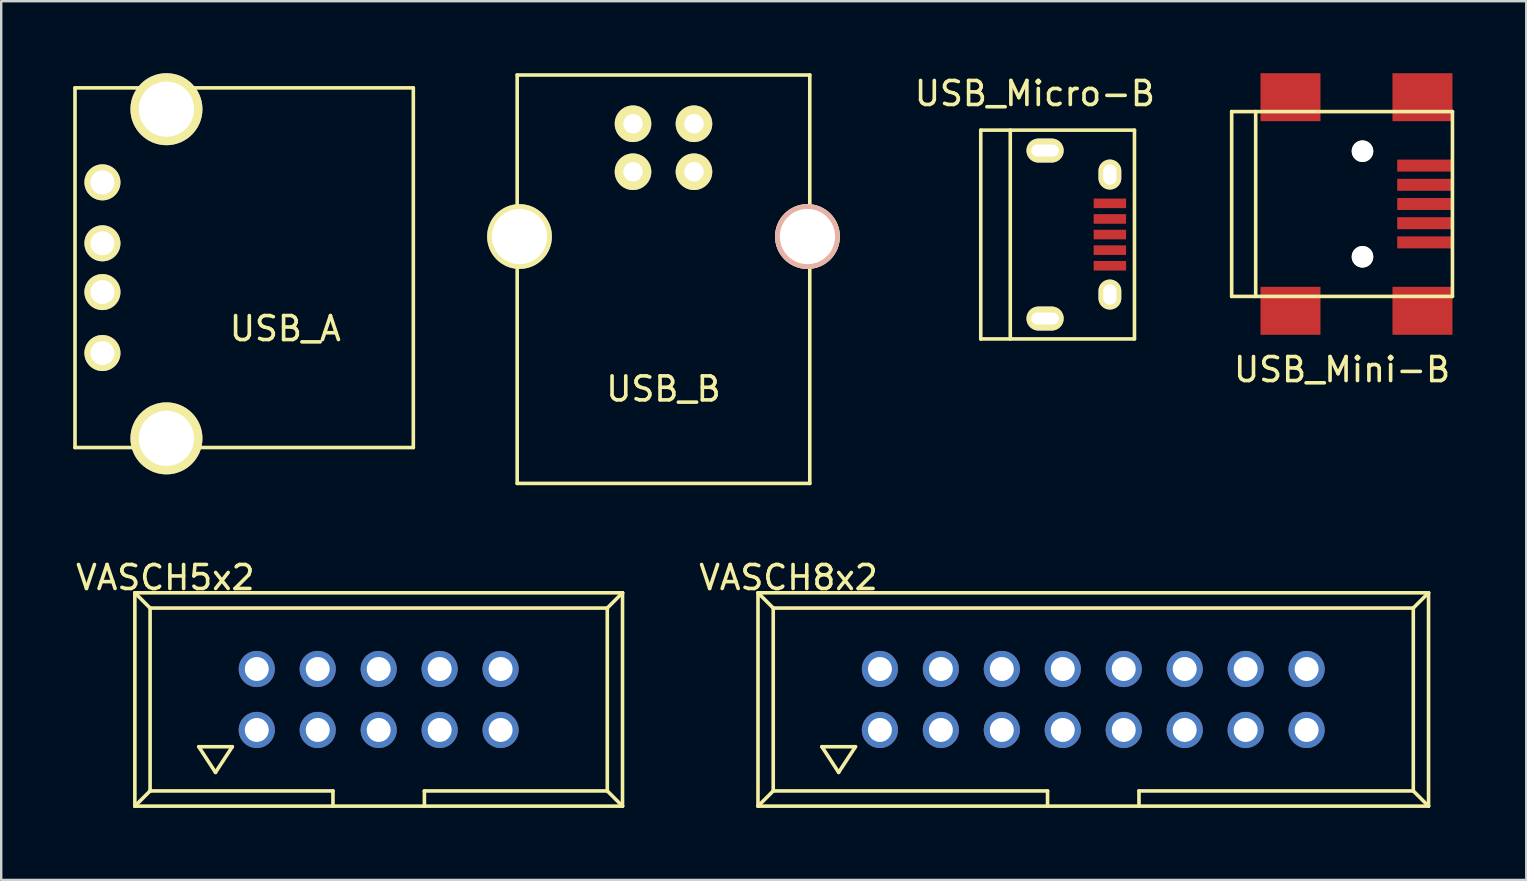
<source format=kicad_pcb>
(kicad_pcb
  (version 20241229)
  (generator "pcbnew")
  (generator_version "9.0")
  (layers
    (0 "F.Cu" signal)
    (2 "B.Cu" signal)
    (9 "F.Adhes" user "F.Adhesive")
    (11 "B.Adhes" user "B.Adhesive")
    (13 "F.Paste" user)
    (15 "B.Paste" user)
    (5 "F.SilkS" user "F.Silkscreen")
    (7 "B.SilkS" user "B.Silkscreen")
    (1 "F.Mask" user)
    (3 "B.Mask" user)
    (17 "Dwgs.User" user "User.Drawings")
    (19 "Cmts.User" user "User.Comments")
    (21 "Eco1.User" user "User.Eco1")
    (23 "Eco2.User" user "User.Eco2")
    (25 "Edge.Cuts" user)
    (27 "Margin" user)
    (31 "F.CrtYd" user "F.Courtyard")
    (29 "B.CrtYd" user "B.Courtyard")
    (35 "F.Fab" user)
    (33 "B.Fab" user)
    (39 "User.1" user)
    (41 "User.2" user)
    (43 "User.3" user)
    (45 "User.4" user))
  (footprint "USB_Micro-B"
    (layer "F.Cu")
    (at 43.196 5.423)
    (property "Reference" "USB_Micro-B" (at -3.125 -4.575 0) (layer "F.SilkS") (effects (font (size 1 1) (thickness 0.15))))
    (attr through_hole)
    (fp_line (start -5.38 -3.05) (end -5.38 5.65) (stroke (width 0.15) (type solid)) (layer "F.SilkS"))
    (fp_line (start -5.38 -3.05) (end 1.025 -3.05) (stroke (width 0.15) (type solid)) (layer "F.SilkS"))
    (fp_line (start -4.15 5.65) (end -4.15 -3.05) (stroke (width 0.15) (type solid)) (layer "F.SilkS"))
    (fp_line (start 1.025 -3.05) (end 1.025 5.65) (stroke (width 0.15) (type solid)) (layer "F.SilkS"))
    (fp_line (start 1.025 5.65) (end -5.38 5.65) (stroke (width 0.15) (type solid)) (layer "F.SilkS"))
    (pad "1" smd rect (at 0 0) (size 1.35 0.4) (layers "F.Cu" "F.Mask" "F.Paste"))
    (pad "2" smd rect (at 0 0.65) (size 1.35 0.4) (layers "F.Cu" "F.Mask" "F.Paste"))
    (pad "3" smd rect (at 0 1.3) (size 1.35 0.4) (layers "F.Cu" "F.Mask" "F.Paste"))
    (pad "4" smd rect (at 0 1.95) (size 1.35 0.4) (layers "F.Cu" "F.Mask" "F.Paste"))
    (pad "5" smd rect (at 0 2.6) (size 1.35 0.4) (layers "F.Cu" "F.Mask" "F.Paste"))
    (pad "6" thru_hole oval (at 0 -1.2) (size 0.95 1.25) (drill oval 0.55 0.85) (layers "*.Cu" "*.Mask" "F.SilkS"))
    (pad "7" thru_hole oval (at 0 3.8) (size 0.95 1.25) (drill oval 0.55 0.85) (layers "*.Cu" "*.Mask" "F.SilkS"))
    (pad "8" thru_hole oval (at -2.7 -2.2) (size 1.55 1) (drill oval 1.15 0.5) (layers "*.Cu" "*.Mask" "F.SilkS"))
    (pad "9" thru_hole oval (at -2.7 4.8) (size 1.55 1) (drill oval 1.15 0.5) (layers "*.Cu" "*.Mask" "F.SilkS")))
  (footprint "USB_A"
    (layer "F.Cu")
    (at 1.218 8.104)
    (property "Reference" "USB_A" (at 7.62 2.54 0) (layer "F.SilkS") (effects (font (size 1 1) (thickness 0.15))))
    (attr through_hole)
    (fp_line (start -1.143 -7.493) (end -1.143 7.493) (stroke (width 0.15) (type solid)) (layer "F.SilkS"))
    (fp_line (start -1.143 -7.493) (end 12.954 -7.493) (stroke (width 0.15) (type solid)) (layer "F.SilkS"))
    (fp_line (start 12.954 -7.493) (end 12.954 7.493) (stroke (width 0.15) (type solid)) (layer "F.SilkS"))
    (fp_line (start 12.954 7.493) (end -1.143 7.493) (stroke (width 0.15) (type solid)) (layer "F.SilkS"))
    (pad "1" thru_hole circle (at 0 3.556) (size 1.501 1.501) (drill 1.001) (layers "*.Cu" "*.Mask" "F.SilkS"))
    (pad "2" thru_hole circle (at 0 1.016) (size 1.501 1.501) (drill 1.001) (layers "*.Cu" "*.Mask" "F.SilkS"))
    (pad "3" thru_hole circle (at 0 -1.016) (size 1.501 1.501) (drill 1.001) (layers "*.Cu" "*.Mask" "F.SilkS"))
    (pad "4" thru_hole circle (at 0 -3.556) (size 1.501 1.501) (drill 1.001) (layers "*.Cu" "*.Mask" "F.SilkS"))
    (pad "5" thru_hole circle (at 2.667 -6.604) (size 3 3) (drill 2.301) (layers "*.Cu" "*.Mask" "F.SilkS"))
    (pad "6" thru_hole circle (at 2.667 7.112) (size 3 3) (drill 2.301) (layers "*.Cu" "*.Mask" "F.SilkS")))
  (footprint "USB_Mini-B"
    (layer "F.Cu")
    (at 52.871 5.45)
    (property "Reference" "USB_Mini-B" (at 0 6.901 0) (layer "F.SilkS") (effects (font (size 1 1) (thickness 0.15))))
    (attr through_hole)
    (fp_line (start -4.6 -3.851) (end -4.6 3.851) (stroke (width 0.15) (type solid)) (layer "F.SilkS"))
    (fp_line (start -4.6 3.851) (end 4.6 3.851) (stroke (width 0.15) (type solid)) (layer "F.SilkS"))
    (fp_line (start -3.599 -3.851) (end -3.599 3.851) (stroke (width 0.15) (type solid)) (layer "F.SilkS"))
    (fp_line (start 4.6 -3.851) (end -4.6 -3.851) (stroke (width 0.15) (type solid)) (layer "F.SilkS"))
    (fp_line (start 4.6 3.851) (end 4.6 -3.851) (stroke (width 0.15) (type solid)) (layer "F.SilkS"))
    (pad "" np_thru_hole circle (at 0.851 -2.2) (size 0.899 0.899) (drill 0.899) (layers "*.Cu" "*.Mask" "F.SilkS"))
    (pad "" np_thru_hole circle (at 0.851 2.2) (size 0.899 0.899) (drill 0.899) (layers "*.Cu" "*.Mask" "F.SilkS"))
    (pad "1" smd rect (at 3.449 -1.6) (size 2.301 0.5) (layers "F.Cu" "F.Mask" "F.Paste"))
    (pad "2" smd rect (at 3.449 -0.8) (size 2.301 0.5) (layers "F.Cu" "F.Mask" "F.Paste"))
    (pad "3" smd rect (at 3.449 0) (size 2.301 0.5) (layers "F.Cu" "F.Mask" "F.Paste"))
    (pad "4" smd rect (at 3.449 0.8) (size 2.301 0.5) (layers "F.Cu" "F.Mask" "F.Paste"))
    (pad "5" smd rect (at 3.449 1.6) (size 2.301 0.5) (layers "F.Cu" "F.Mask" "F.Paste"))
    (pad "6" smd rect (at 3.35 -4.45) (size 2.499 1.999) (layers "F.Cu" "F.Mask" "F.Paste"))
    (pad "7" smd rect (at -2.149 -4.45) (size 2.499 1.999) (layers "F.Cu" "F.Mask" "F.Paste"))
    (pad "8" smd rect (at 3.35 4.45) (size 2.499 1.999) (layers "F.Cu" "F.Mask" "F.Paste"))
    (pad "9" smd rect (at -2.149 4.45) (size 2.499 1.999) (layers "F.Cu" "F.Mask" "F.Paste")))
  (footprint "USB_B"
    (layer "F.Cu")
    (at 24.596 6.806)
    (property "Reference" "USB_B" (at 0 6.35 0) (layer "F.SilkS") (effects (font (size 1 1) (thickness 0.15))))
    (attr through_hole)
    (fp_line (start -6.096 -6.731) (end -6.096 10.287) (stroke (width 0.15) (type solid)) (layer "F.SilkS"))
    (fp_line (start -6.096 10.287) (end 6.096 10.287) (stroke (width 0.15) (type solid)) (layer "F.SilkS"))
    (fp_line (start 6.096 -6.731) (end -6.096 -6.731) (stroke (width 0.15) (type solid)) (layer "F.SilkS"))
    (fp_line (start 6.096 10.287) (end 6.096 -6.731) (stroke (width 0.15) (type solid)) (layer "F.SilkS"))
    (pad "" np_thru_hole circle (at 5.999 0) (size 2.7 2.7) (drill 2.301) (layers "*.Cu" "*.SilkS" "*.Mask"))
    (pad "1" thru_hole circle (at 1.27 -4.699) (size 1.524 1.524) (drill 0.813) (layers "*.Cu" "*.Mask" "F.SilkS"))
    (pad "2" thru_hole circle (at -1.27 -4.699) (size 1.524 1.524) (drill 0.813) (layers "*.Cu" "*.Mask" "F.SilkS"))
    (pad "3" thru_hole circle (at -1.27 -2.7) (size 1.524 1.524) (drill 0.813) (layers "*.Cu" "*.Mask" "F.SilkS"))
    (pad "4" thru_hole circle (at 1.27 -2.7) (size 1.524 1.524) (drill 0.813) (layers "*.Cu" "*.Mask" "F.SilkS"))
    (pad "6" thru_hole circle (at -5.999 0) (size 2.7 2.7) (drill 2.301) (layers "*.Cu" "*.Mask" "F.SilkS")))
  (footprint "VASCH5x2"
    (layer "F.Cu")
    (at 12.729 26.096)
    (property "Reference" "VASCH5x2" (at -8.89 -5.08 0) (layer "F.SilkS") (effects (font (size 1 1) (thickness 0.15))))
    (attr exclude_from_pos_files exclude_from_bom)
    (fp_line (start -10.16 -4.445) (end -10.16 4.445) (stroke (width 0.15) (type solid)) (layer "F.SilkS"))
    (fp_line (start -10.16 4.445) (end 10.16 4.445) (stroke (width 0.15) (type solid)) (layer "F.SilkS"))
    (fp_line (start -9.525 -3.81) (end -10.16 -4.445) (stroke (width 0.15) (type solid)) (layer "F.SilkS"))
    (fp_line (start -9.525 -3.81) (end -9.525 3.81) (stroke (width 0.15) (type solid)) (layer "F.SilkS"))
    (fp_line (start -9.525 3.81) (end -10.16 4.445) (stroke (width 0.15) (type solid)) (layer "F.SilkS"))
    (fp_line (start -9.525 3.81) (end -1.905 3.81) (stroke (width 0.15) (type solid)) (layer "F.SilkS"))
    (fp_line (start -7.498 1.968) (end -6.8 3.038) (stroke (width 0.15) (type solid)) (layer "F.SilkS"))
    (fp_line (start -6.8 3.038) (end -6.099 1.968) (stroke (width 0.15) (type solid)) (layer "F.SilkS"))
    (fp_line (start -6.099 1.968) (end -7.498 1.968) (stroke (width 0.15) (type solid)) (layer "F.SilkS"))
    (fp_line (start -1.905 3.81) (end -1.905 4.445) (stroke (width 0.15) (type solid)) (layer "F.SilkS"))
    (fp_line (start 1.905 3.81) (end 9.525 3.81) (stroke (width 0.15) (type solid)) (layer "F.SilkS"))
    (fp_line (start 1.905 4.445) (end 1.905 3.81) (stroke (width 0.15) (type solid)) (layer "F.SilkS"))
    (fp_line (start 9.525 -3.81) (end -9.525 -3.81) (stroke (width 0.15) (type solid)) (layer "F.SilkS"))
    (fp_line (start 9.525 -3.81) (end 10.16 -4.445) (stroke (width 0.15) (type solid)) (layer "F.SilkS"))
    (fp_line (start 9.525 3.81) (end 9.525 -3.81) (stroke (width 0.15) (type solid)) (layer "F.SilkS"))
    (fp_line (start 9.525 3.81) (end 10.16 4.445) (stroke (width 0.15) (type solid)) (layer "F.SilkS"))
    (fp_line (start 10.16 -4.445) (end -10.16 -4.445) (stroke (width 0.15) (type solid)) (layer "F.SilkS"))
    (fp_line (start 10.16 -4.445) (end 10.16 4.445) (stroke (width 0.15) (type solid)) (layer "F.SilkS"))
    (pad "1" thru_hole circle (at -5.08 1.27) (size 1.506 1.506) (drill 0.998) (layers "*.Cu" "*.Mask"))
    (pad "2" thru_hole circle (at -5.08 -1.27) (size 1.506 1.506) (drill 0.998) (layers "*.Cu" "*.Mask"))
    (pad "3" thru_hole circle (at -2.54 1.27) (size 1.506 1.506) (drill 0.998) (layers "*.Cu" "*.Mask"))
    (pad "4" thru_hole circle (at -2.54 -1.27) (size 1.506 1.506) (drill 0.998) (layers "*.Cu" "*.Mask"))
    (pad "5" thru_hole circle (at 0 1.27) (size 1.506 1.506) (drill 0.998) (layers "*.Cu" "*.Mask"))
    (pad "6" thru_hole circle (at 0 -1.27) (size 1.506 1.506) (drill 0.998) (layers "*.Cu" "*.Mask"))
    (pad "7" thru_hole circle (at 2.54 1.27) (size 1.506 1.506) (drill 0.998) (layers "*.Cu" "*.Mask"))
    (pad "8" thru_hole circle (at 2.54 -1.27) (size 1.506 1.506) (drill 0.998) (layers "*.Cu" "*.Mask"))
    (pad "9" thru_hole circle (at 5.08 1.27) (size 1.506 1.506) (drill 0.998) (layers "*.Cu" "*.Mask"))
    (pad "10" thru_hole circle (at 5.08 -1.27) (size 1.506 1.506) (drill 0.998) (layers "*.Cu" "*.Mask")))
  (footprint "VASCH8x2"
    (layer "F.Cu")
    (at 42.504 26.096)
    (property "Reference" "VASCH8x2" (at -12.7 -5.08 0) (layer "F.SilkS") (effects (font (size 1 1) (thickness 0.15))))
    (attr exclude_from_pos_files exclude_from_bom)
    (fp_line (start -13.97 -4.445) (end -13.97 4.445) (stroke (width 0.15) (type solid)) (layer "F.SilkS"))
    (fp_line (start -13.97 -4.445) (end 13.97 -4.445) (stroke (width 0.15) (type solid)) (layer "F.SilkS"))
    (fp_line (start -13.335 -3.81) (end -13.97 -4.445) (stroke (width 0.15) (type solid)) (layer "F.SilkS"))
    (fp_line (start -13.335 -3.81) (end -13.335 3.81) (stroke (width 0.15) (type solid)) (layer "F.SilkS"))
    (fp_line (start -13.335 3.81) (end -13.97 4.445) (stroke (width 0.15) (type solid)) (layer "F.SilkS"))
    (fp_line (start -13.335 3.81) (end -1.905 3.81) (stroke (width 0.15) (type solid)) (layer "F.SilkS"))
    (fp_line (start -11.308 1.968) (end -10.61 3.038) (stroke (width 0.15) (type solid)) (layer "F.SilkS"))
    (fp_line (start -10.61 3.038) (end -9.909 1.968) (stroke (width 0.15) (type solid)) (layer "F.SilkS"))
    (fp_line (start -9.909 1.968) (end -11.308 1.968) (stroke (width 0.15) (type solid)) (layer "F.SilkS"))
    (fp_line (start -1.905 3.81) (end -1.905 4.445) (stroke (width 0.15) (type solid)) (layer "F.SilkS"))
    (fp_line (start 1.905 3.81) (end 13.335 3.81) (stroke (width 0.15) (type solid)) (layer "F.SilkS"))
    (fp_line (start 1.905 4.445) (end 1.905 3.81) (stroke (width 0.15) (type solid)) (layer "F.SilkS"))
    (fp_line (start 13.335 -3.81) (end -13.335 -3.81) (stroke (width 0.15) (type solid)) (layer "F.SilkS"))
    (fp_line (start 13.335 -3.81) (end 13.97 -4.445) (stroke (width 0.15) (type solid)) (layer "F.SilkS"))
    (fp_line (start 13.335 3.81) (end 13.335 -3.81) (stroke (width 0.15) (type solid)) (layer "F.SilkS"))
    (fp_line (start 13.335 3.81) (end 13.97 4.445) (stroke (width 0.15) (type solid)) (layer "F.SilkS"))
    (fp_line (start 13.97 -4.445) (end 13.97 4.445) (stroke (width 0.15) (type solid)) (layer "F.SilkS"))
    (fp_line (start 13.97 4.445) (end -13.97 4.445) (stroke (width 0.15) (type solid)) (layer "F.SilkS"))
    (pad "1" thru_hole circle (at -8.89 1.27) (size 1.506 1.506) (drill 0.998) (layers "*.Cu" "*.Mask"))
    (pad "2" thru_hole circle (at -8.89 -1.27) (size 1.506 1.506) (drill 0.998) (layers "*.Cu" "*.Mask"))
    (pad "3" thru_hole circle (at -6.35 1.27) (size 1.506 1.506) (drill 0.998) (layers "*.Cu" "*.Mask"))
    (pad "4" thru_hole circle (at -6.35 -1.27) (size 1.506 1.506) (drill 0.998) (layers "*.Cu" "*.Mask"))
    (pad "5" thru_hole circle (at -3.81 1.27) (size 1.506 1.506) (drill 0.998) (layers "*.Cu" "*.Mask"))
    (pad "6" thru_hole circle (at -3.81 -1.27) (size 1.506 1.506) (drill 0.998) (layers "*.Cu" "*.Mask"))
    (pad "7" thru_hole circle (at -1.27 1.27) (size 1.506 1.506) (drill 0.998) (layers "*.Cu" "*.Mask"))
    (pad "8" thru_hole circle (at -1.27 -1.27) (size 1.506 1.506) (drill 0.998) (layers "*.Cu" "*.Mask"))
    (pad "9" thru_hole circle (at 1.27 1.27) (size 1.506 1.506) (drill 0.998) (layers "*.Cu" "*.Mask"))
    (pad "10" thru_hole circle (at 1.27 -1.27) (size 1.506 1.506) (drill 0.998) (layers "*.Cu" "*.Mask"))
    (pad "11" thru_hole circle (at 3.81 1.27) (size 1.506 1.506) (drill 0.998) (layers "*.Cu" "*.Mask"))
    (pad "12" thru_hole circle (at 3.81 -1.27) (size 1.506 1.506) (drill 0.998) (layers "*.Cu" "*.Mask"))
    (pad "13" thru_hole circle (at 6.35 1.27) (size 1.506 1.506) (drill 0.998) (layers "*.Cu" "*.Mask"))
    (pad "14" thru_hole circle (at 6.35 -1.27) (size 1.506 1.506) (drill 0.998) (layers "*.Cu" "*.Mask"))
    (pad "15" thru_hole circle (at 8.89 1.27) (size 1.506 1.506) (drill 0.998) (layers "*.Cu" "*.Mask"))
    (pad "16" thru_hole circle (at 8.89 -1.27) (size 1.506 1.506) (drill 0.998) (layers "*.Cu" "*.Mask")))
  (gr_rect
    (start -3 -3)
    (end 60.546 33.616)
    (stroke (width 0.1) (type default))
    (fill no)
    (layer "Edge.Cuts")))
</source>
